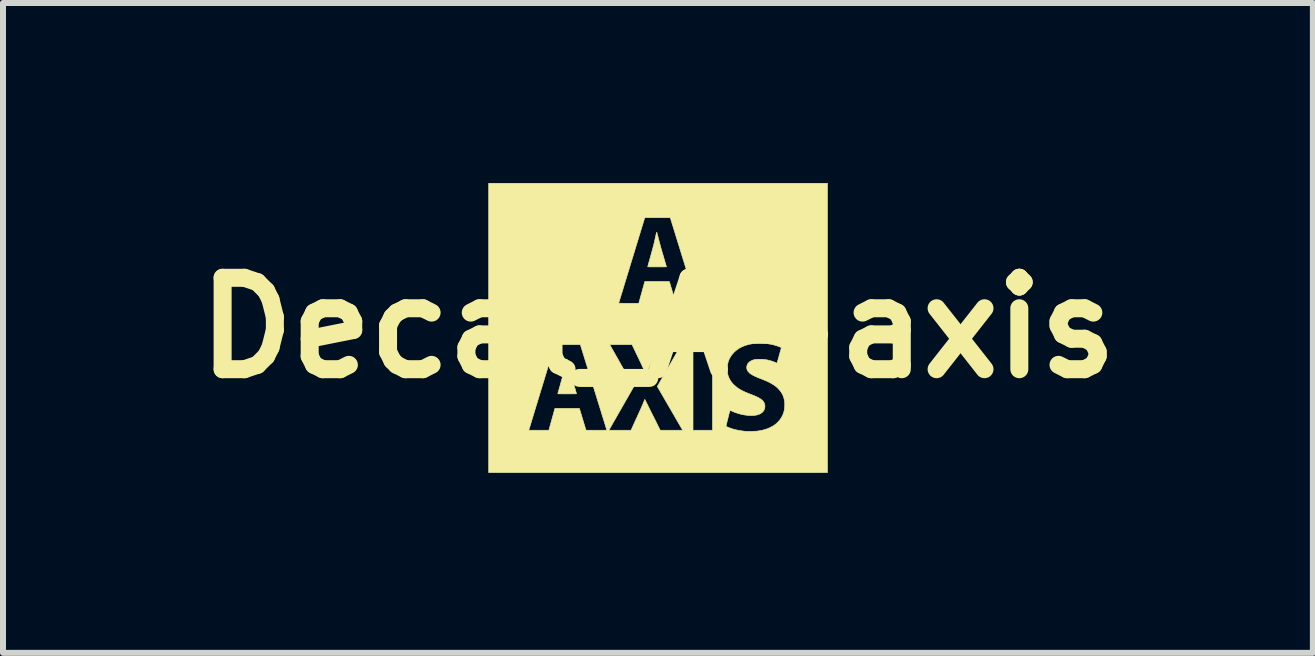
<source format=kicad_pcb>
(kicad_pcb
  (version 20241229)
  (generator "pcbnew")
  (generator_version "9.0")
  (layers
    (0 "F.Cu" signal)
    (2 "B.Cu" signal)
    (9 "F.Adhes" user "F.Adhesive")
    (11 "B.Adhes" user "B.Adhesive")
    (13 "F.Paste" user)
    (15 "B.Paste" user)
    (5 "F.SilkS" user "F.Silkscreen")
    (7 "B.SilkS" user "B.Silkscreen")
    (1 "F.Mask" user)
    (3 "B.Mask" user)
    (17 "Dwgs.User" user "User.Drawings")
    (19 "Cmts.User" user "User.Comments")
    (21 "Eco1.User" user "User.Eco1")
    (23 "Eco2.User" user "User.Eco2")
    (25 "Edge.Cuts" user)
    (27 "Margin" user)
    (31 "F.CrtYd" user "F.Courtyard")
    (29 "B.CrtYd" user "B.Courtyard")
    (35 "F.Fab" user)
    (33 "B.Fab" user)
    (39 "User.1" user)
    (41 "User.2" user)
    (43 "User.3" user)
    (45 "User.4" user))
  (footprint "Decal_A-axis"
    (layer "F.Cu")
    (at 7.918 2.415)
    (property "Reference" "Decal_A-axis" (at 0 0 0) (layer "F.SilkS") (effects (font (size 1.524 1.524) (thickness 0.3))))
    (attr through_hole)
    (fp_poly (pts (xy -1.518 0.525) (xy -1.515 0.532) (xy -1.512 0.544) (xy -1.508 0.558) (xy -1.504 0.576) (xy -1.499 0.593) (xy -1.493 0.618) (xy -1.488 0.641) (xy -1.482 0.662) (xy -1.477 0.684) (xy -1.471 0.705) (xy -1.465 0.727) (xy -1.458 0.75) (xy -1.451 0.775) (xy -1.443 0.803) (xy -1.434 0.834) (xy -1.424 0.869) (xy -1.413 0.909) (xy -1.407 0.929) (xy -1.398 0.959) (xy -1.39 0.987) (xy -1.382 1.013) (xy -1.376 1.036) (xy -1.37 1.057) (xy -1.365 1.074) (xy -1.361 1.087) (xy -1.359 1.095) (xy -1.358 1.099) (xy -1.357 1.099) (xy -1.36 1.099) (xy -1.368 1.1) (xy -1.381 1.1) (xy -1.397 1.1) (xy -1.417 1.1) (xy -1.441 1.1) (xy -1.467 1.101) (xy -1.495 1.101) (xy -1.514 1.101) (xy -1.548 1.101) (xy -1.577 1.101) (xy -1.6 1.101) (xy -1.62 1.1) (xy -1.635 1.1) (xy -1.647 1.1) (xy -1.656 1.1) (xy -1.662 1.099) (xy -1.666 1.099) (xy -1.669 1.098) (xy -1.67 1.097) (xy -1.67 1.096) (xy -1.67 1.096) (xy -1.668 1.09) (xy -1.665 1.079) (xy -1.661 1.064) (xy -1.655 1.045) (xy -1.649 1.023) (xy -1.643 0.999) (xy -1.635 0.974) (xy -1.628 0.947) (xy -1.62 0.919) (xy -1.613 0.892) (xy -1.605 0.865) (xy -1.598 0.84) (xy -1.592 0.816) (xy -1.586 0.795) (xy -1.581 0.777) (xy -1.577 0.763) (xy -1.575 0.753) (xy -1.574 0.749) (xy -1.571 0.74) (xy -1.568 0.725) (xy -1.564 0.707) (xy -1.559 0.687) (xy -1.554 0.664) (xy -1.548 0.64) (xy -1.545 0.627) (xy -1.539 0.6) (xy -1.534 0.578) (xy -1.53 0.561) (xy -1.527 0.548) (xy -1.525 0.538) (xy -1.523 0.531) (xy -1.522 0.526) (xy -1.521 0.524) (xy -1.52 0.523) (xy -1.519 0.522) (xy -1.519 0.522) (xy -1.518 0.525)) (stroke (width 0.01) (type solid)) (fill yes) (layer "F.SilkS"))
    (fp_poly (pts (xy -0.019 -1.592) (xy -0.017 -1.585) (xy -0.014 -1.573) (xy -0.01 -1.558) (xy -0.005 -1.541) (xy -0.001 -1.523) (xy 0.005 -1.499) (xy 0.011 -1.476) (xy 0.017 -1.454) (xy 0.022 -1.433) (xy 0.028 -1.412) (xy 0.034 -1.39) (xy 0.04 -1.367) (xy 0.047 -1.341) (xy 0.055 -1.313) (xy 0.064 -1.282) (xy 0.074 -1.247) (xy 0.086 -1.208) (xy 0.092 -1.188) (xy 0.1 -1.158) (xy 0.109 -1.13) (xy 0.116 -1.104) (xy 0.123 -1.08) (xy 0.129 -1.06) (xy 0.134 -1.043) (xy 0.138 -1.03) (xy 0.14 -1.021) (xy 0.141 -1.018) (xy 0.141 -1.018) (xy 0.138 -1.017) (xy 0.13 -1.017) (xy 0.118 -1.017) (xy 0.101 -1.017) (xy 0.081 -1.016) (xy 0.058 -1.016) (xy 0.032 -1.016) (xy 0.004 -1.016) (xy -0.016 -1.016) (xy -0.049 -1.016) (xy -0.078 -1.016) (xy -0.102 -1.016) (xy -0.121 -1.016) (xy -0.137 -1.016) (xy -0.149 -1.017) (xy -0.157 -1.017) (xy -0.164 -1.018) (xy -0.168 -1.018) (xy -0.17 -1.019) (xy -0.171 -1.02) (xy -0.171 -1.021) (xy -0.171 -1.021) (xy -0.169 -1.027) (xy -0.166 -1.038) (xy -0.162 -1.053) (xy -0.157 -1.072) (xy -0.151 -1.093) (xy -0.144 -1.117) (xy -0.137 -1.143) (xy -0.129 -1.17) (xy -0.122 -1.197) (xy -0.114 -1.225) (xy -0.107 -1.252) (xy -0.1 -1.277) (xy -0.093 -1.301) (xy -0.088 -1.322) (xy -0.083 -1.34) (xy -0.079 -1.354) (xy -0.076 -1.363) (xy -0.075 -1.367) (xy -0.073 -1.377) (xy -0.069 -1.391) (xy -0.065 -1.409) (xy -0.06 -1.43) (xy -0.055 -1.453) (xy -0.05 -1.476) (xy -0.047 -1.49) (xy -0.041 -1.517) (xy -0.036 -1.539) (xy -0.032 -1.556) (xy -0.029 -1.569) (xy -0.026 -1.579) (xy -0.024 -1.586) (xy -0.023 -1.59) (xy -0.022 -1.593) (xy -0.021 -1.594) (xy -0.021 -1.595) (xy -0.02 -1.595) (xy -0.019 -1.592)) (stroke (width 0.01) (type solid)) (fill yes) (layer "F.SilkS"))
    (fp_poly (pts (xy 2.825 2.413) (xy -2.822 2.413) (xy -2.822 1.707) (xy -0.819 1.707) (xy -0.449 1.707) (xy -0.386 1.568) (xy -0.363 1.518) (xy -0.342 1.473) (xy -0.324 1.432) (xy -0.307 1.395) (xy -0.292 1.363) (xy -0.279 1.334) (xy -0.268 1.308) (xy -0.258 1.286) (xy -0.25 1.266) (xy -0.243 1.249) (xy -0.237 1.234) (xy -0.232 1.222) (xy -0.228 1.211) (xy -0.227 1.208) (xy -0.224 1.2) (xy -0.221 1.195) (xy -0.219 1.194) (xy -0.217 1.196) (xy -0.213 1.203) (xy -0.208 1.212) (xy -0.203 1.224) (xy -0.2 1.231) (xy -0.194 1.243) (xy -0.186 1.259) (xy -0.176 1.278) (xy -0.165 1.301) (xy -0.152 1.327) (xy -0.138 1.356) (xy -0.123 1.386) (xy -0.107 1.419) (xy -0.09 1.452) (xy -0.075 1.481) (xy 0.038 1.707) (xy 0.225 1.707) (xy 0.413 1.707) (xy 0.407 1.698) (xy 0.405 1.695) (xy 0.4 1.687) (xy 0.393 1.674) (xy 0.383 1.658) (xy 0.372 1.638) (xy 0.358 1.614) (xy 0.342 1.587) (xy 0.325 1.557) (xy 0.306 1.525) (xy 0.286 1.49) (xy 0.265 1.453) (xy 0.242 1.414) (xy 0.219 1.374) (xy 0.195 1.333) (xy -0.011 0.977) (xy 0.189 0.629) (xy 0.213 0.588) (xy 0.235 0.549) (xy 0.257 0.511) (xy 0.278 0.475) (xy 0.297 0.441) (xy 0.315 0.41) (xy 0.332 0.381) (xy 0.347 0.356) (xy 0.359 0.333) (xy 0.37 0.315) (xy 0.379 0.3) (xy 0.385 0.289) (xy 0.388 0.282) (xy 0.389 0.281) (xy 0.387 0.28) (xy 0.379 0.28) (xy 0.366 0.28) (xy 0.349 0.28) (xy 0.329 0.28) (xy 0.305 0.28) (xy 0.278 0.28) (xy 0.249 0.279) (xy 0.218 0.279) (xy 0.205 0.279) (xy 0.584 0.279) (xy 0.584 1.707) (xy 0.909 1.707) (xy 0.909 1.637) (xy 1.135 1.637) (xy 1.137 1.641) (xy 1.144 1.646) (xy 1.156 1.652) (xy 1.171 1.658) (xy 1.188 1.665) (xy 1.208 1.673) (xy 1.229 1.68) (xy 1.251 1.687) (xy 1.273 1.693) (xy 1.311 1.702) (xy 1.352 1.71) (xy 1.395 1.717) (xy 1.438 1.723) (xy 1.465 1.725) (xy 1.477 1.726) (xy 1.493 1.726) (xy 1.513 1.726) (xy 1.535 1.726) (xy 1.558 1.726) (xy 1.582 1.725) (xy 1.605 1.724) (xy 1.626 1.723) (xy 1.645 1.722) (xy 1.659 1.721) (xy 1.664 1.72) (xy 1.724 1.71) (xy 1.781 1.696) (xy 1.833 1.678) (xy 1.881 1.656) (xy 1.925 1.632) (xy 1.965 1.603) (xy 2 1.571) (xy 2.031 1.535) (xy 2.057 1.497) (xy 2.073 1.468) (xy 2.089 1.432) (xy 2.1 1.396) (xy 2.108 1.358) (xy 2.112 1.317) (xy 2.113 1.301) (xy 2.113 1.253) (xy 2.108 1.208) (xy 2.098 1.167) (xy 2.084 1.127) (xy 2.065 1.09) (xy 2.041 1.055) (xy 2.012 1.021) (xy 2.009 1.018) (xy 1.985 0.994) (xy 1.958 0.971) (xy 1.928 0.95) (xy 1.895 0.93) (xy 1.859 0.91) (xy 1.818 0.89) (xy 1.772 0.871) (xy 1.733 0.855) (xy 1.694 0.84) (xy 1.659 0.826) (xy 1.629 0.813) (xy 1.604 0.801) (xy 1.582 0.79) (xy 1.563 0.779) (xy 1.546 0.768) (xy 1.532 0.758) (xy 1.52 0.747) (xy 1.518 0.745) (xy 1.501 0.725) (xy 1.488 0.704) (xy 1.481 0.683) (xy 1.479 0.66) (xy 1.48 0.649) (xy 1.485 0.624) (xy 1.495 0.601) (xy 1.511 0.581) (xy 1.531 0.563) (xy 1.555 0.549) (xy 1.585 0.536) (xy 1.613 0.529) (xy 1.625 0.526) (xy 1.642 0.525) (xy 1.663 0.524) (xy 1.685 0.524) (xy 1.709 0.524) (xy 1.732 0.524) (xy 1.754 0.526) (xy 1.774 0.527) (xy 1.784 0.529) (xy 1.822 0.535) (xy 1.86 0.544) (xy 1.898 0.555) (xy 1.934 0.568) (xy 1.964 0.58) (xy 1.973 0.584) (xy 1.981 0.587) (xy 1.985 0.588) (xy 1.985 0.588) (xy 1.986 0.584) (xy 1.988 0.577) (xy 1.992 0.564) (xy 1.996 0.548) (xy 2.002 0.529) (xy 2.008 0.507) (xy 2.015 0.483) (xy 2.02 0.461) (xy 2.028 0.436) (xy 2.034 0.412) (xy 2.04 0.39) (xy 2.046 0.371) (xy 2.05 0.355) (xy 2.053 0.343) (xy 2.055 0.335) (xy 2.056 0.333) (xy 2.056 0.33) (xy 2.053 0.327) (xy 2.046 0.324) (xy 2.035 0.319) (xy 2.029 0.317) (xy 1.98 0.299) (xy 1.932 0.285) (xy 1.885 0.274) (xy 1.835 0.266) (xy 1.784 0.261) (xy 1.728 0.258) (xy 1.723 0.258) (xy 1.677 0.257) (xy 1.636 0.259) (xy 1.598 0.262) (xy 1.562 0.267) (xy 1.526 0.274) (xy 1.507 0.278) (xy 1.454 0.294) (xy 1.406 0.313) (xy 1.362 0.335) (xy 1.321 0.362) (xy 1.284 0.392) (xy 1.274 0.401) (xy 1.241 0.437) (xy 1.214 0.474) (xy 1.191 0.513) (xy 1.174 0.555) (xy 1.162 0.598) (xy 1.155 0.644) (xy 1.153 0.684) (xy 1.154 0.71) (xy 1.155 0.732) (xy 1.158 0.753) (xy 1.163 0.773) (xy 1.169 0.795) (xy 1.17 0.799) (xy 1.184 0.836) (xy 1.202 0.87) (xy 1.224 0.903) (xy 1.251 0.935) (xy 1.26 0.944) (xy 1.285 0.967) (xy 1.311 0.989) (xy 1.339 1.009) (xy 1.37 1.029) (xy 1.404 1.047) (xy 1.442 1.066) (xy 1.485 1.084) (xy 1.532 1.103) (xy 1.559 1.113) (xy 1.601 1.13) (xy 1.638 1.146) (xy 1.671 1.162) (xy 1.7 1.179) (xy 1.724 1.195) (xy 1.743 1.211) (xy 1.753 1.223) (xy 1.768 1.246) (xy 1.778 1.271) (xy 1.783 1.297) (xy 1.782 1.324) (xy 1.776 1.351) (xy 1.768 1.371) (xy 1.754 1.392) (xy 1.736 1.411) (xy 1.713 1.427) (xy 1.686 1.441) (xy 1.654 1.451) (xy 1.619 1.458) (xy 1.581 1.461) (xy 1.556 1.462) (xy 1.504 1.46) (xy 1.449 1.453) (xy 1.394 1.443) (xy 1.339 1.428) (xy 1.285 1.41) (xy 1.238 1.391) (xy 1.225 1.385) (xy 1.214 1.381) (xy 1.206 1.378) (xy 1.203 1.376) (xy 1.201 1.378) (xy 1.199 1.382) (xy 1.197 1.39) (xy 1.193 1.402) (xy 1.189 1.418) (xy 1.183 1.439) (xy 1.177 1.464) (xy 1.169 1.494) (xy 1.167 1.504) (xy 1.16 1.53) (xy 1.154 1.555) (xy 1.149 1.577) (xy 1.144 1.597) (xy 1.14 1.613) (xy 1.137 1.626) (xy 1.135 1.634) (xy 1.135 1.637) (xy 0.909 1.637) (xy 0.909 0.279) (xy 0.584 0.279) (xy 0.205 0.279) (xy 0.021 0.279) (xy -0.021 0.37) (xy -0.032 0.395) (xy -0.044 0.42) (xy -0.056 0.445) (xy -0.067 0.47) (xy -0.077 0.491) (xy -0.085 0.51) (xy -0.088 0.516) (xy -0.099 0.54) (xy -0.111 0.566) (xy -0.123 0.595) (xy -0.136 0.625) (xy -0.148 0.654) (xy -0.16 0.683) (xy -0.17 0.709) (xy -0.179 0.732) (xy -0.184 0.743) (xy -0.189 0.755) (xy -0.193 0.766) (xy -0.196 0.773) (xy -0.198 0.775) (xy -0.198 0.775) (xy -0.2 0.773) (xy -0.204 0.766) (xy -0.209 0.755) (xy -0.215 0.741) (xy -0.222 0.725) (xy -0.225 0.72) (xy -0.231 0.704) (xy -0.238 0.69) (xy -0.244 0.675) (xy -0.251 0.661) (xy -0.258 0.645) (xy -0.266 0.629) (xy -0.274 0.61) (xy -0.284 0.589) (xy -0.295 0.566) (xy -0.308 0.54) (xy -0.322 0.51) (xy -0.338 0.476) (xy -0.357 0.437) (xy -0.361 0.428) (xy -0.433 0.279) (xy -0.805 0.279) (xy -0.799 0.289) (xy -0.797 0.292) (xy -0.793 0.3) (xy -0.786 0.313) (xy -0.776 0.329) (xy -0.765 0.35) (xy -0.751 0.373) (xy -0.736 0.4) (xy -0.719 0.43) (xy -0.701 0.463) (xy -0.681 0.497) (xy -0.66 0.534) (xy -0.639 0.573) (xy -0.616 0.613) (xy -0.6 0.641) (xy -0.406 0.985) (xy -0.609 1.34) (xy -0.633 1.381) (xy -0.656 1.421) (xy -0.678 1.46) (xy -0.699 1.497) (xy -0.718 1.531) (xy -0.737 1.563) (xy -0.754 1.593) (xy -0.769 1.62) (xy -0.782 1.643) (xy -0.793 1.663) (xy -0.803 1.679) (xy -0.809 1.691) (xy -0.814 1.698) (xy -0.815 1.701) (xy -0.819 1.707) (xy -2.822 1.707) (xy -2.822 1.706) (xy -2.153 1.706) (xy -2.151 1.706) (xy -2.143 1.706) (xy -2.13 1.707) (xy -2.113 1.707) (xy -2.093 1.707) (xy -2.069 1.707) (xy -2.043 1.707) (xy -2.015 1.707) (xy -1.986 1.707) (xy -1.819 1.707) (xy -1.78 1.566) (xy -1.772 1.537) (xy -1.764 1.508) (xy -1.756 1.481) (xy -1.749 1.455) (xy -1.743 1.432) (xy -1.737 1.412) (xy -1.733 1.396) (xy -1.729 1.385) (xy -1.729 1.384) (xy -1.718 1.343) (xy -1.31 1.343) (xy -1.304 1.362) (xy -1.302 1.369) (xy -1.299 1.38) (xy -1.294 1.395) (xy -1.288 1.414) (xy -1.282 1.436) (xy -1.274 1.461) (xy -1.266 1.489) (xy -1.257 1.517) (xy -1.249 1.544) (xy -1.2 1.706) (xy -1.026 1.707) (xy -0.989 1.707) (xy -0.958 1.707) (xy -0.931 1.707) (xy -0.909 1.707) (xy -0.891 1.707) (xy -0.877 1.706) (xy -0.867 1.706) (xy -0.859 1.706) (xy -0.855 1.705) (xy -0.853 1.704) (xy -0.853 1.704) (xy -0.854 1.701) (xy -0.856 1.693) (xy -0.86 1.68) (xy -0.866 1.662) (xy -0.873 1.64) (xy -0.881 1.613) (xy -0.891 1.582) (xy -0.901 1.548) (xy -0.913 1.51) (xy -0.926 1.469) (xy -0.94 1.424) (xy -0.954 1.376) (xy -0.97 1.326) (xy -0.986 1.274) (xy -1.003 1.219) (xy -1.021 1.162) (xy -1.039 1.103) (xy -1.058 1.042) (xy -1.074 0.99) (xy -1.294 0.279) (xy -1.506 0.279) (xy -1.718 0.279) (xy -1.723 0.293) (xy -1.724 0.298) (xy -1.727 0.308) (xy -1.732 0.322) (xy -1.738 0.341) (xy -1.745 0.365) (xy -1.753 0.392) (xy -1.763 0.423) (xy -1.773 0.457) (xy -1.784 0.495) (xy -1.797 0.535) (xy -1.81 0.578) (xy -1.824 0.623) (xy -1.838 0.67) (xy -1.853 0.719) (xy -1.868 0.769) (xy -1.884 0.82) (xy -1.9 0.873) (xy -1.916 0.926) (xy -1.932 0.979) (xy -1.949 1.033) (xy -1.965 1.086) (xy -1.981 1.139) (xy -1.997 1.191) (xy -2.012 1.242) (xy -2.028 1.292) (xy -2.042 1.341) (xy -2.057 1.387) (xy -2.07 1.432) (xy -2.083 1.474) (xy -2.095 1.513) (xy -2.106 1.55) (xy -2.116 1.583) (xy -2.125 1.613) (xy -2.133 1.64) (xy -2.14 1.662) (xy -2.146 1.68) (xy -2.15 1.693) (xy -2.152 1.702) (xy -2.153 1.705) (xy -2.153 1.706) (xy -2.822 1.706) (xy -2.822 -0.411) (xy -0.655 -0.411) (xy -0.652 -0.411) (xy -0.644 -0.41) (xy -0.632 -0.41) (xy -0.615 -0.41) (xy -0.594 -0.41) (xy -0.571 -0.409) (xy -0.545 -0.409) (xy -0.516 -0.409) (xy -0.488 -0.409) (xy -0.32 -0.409) (xy -0.281 -0.551) (xy -0.273 -0.58) (xy -0.265 -0.608) (xy -0.258 -0.636) (xy -0.25 -0.662) (xy -0.244 -0.685) (xy -0.238 -0.705) (xy -0.234 -0.721) (xy -0.231 -0.732) (xy -0.231 -0.733) (xy -0.219 -0.773) (xy 0.189 -0.773) (xy 0.195 -0.754) (xy 0.197 -0.748) (xy 0.2 -0.737) (xy 0.205 -0.722) (xy 0.21 -0.703) (xy 0.217 -0.68) (xy 0.225 -0.655) (xy 0.233 -0.628) (xy 0.241 -0.599) (xy 0.249 -0.573) (xy 0.298 -0.411) (xy 0.473 -0.41) (xy 0.509 -0.41) (xy 0.541 -0.41) (xy 0.568 -0.41) (xy 0.59 -0.41) (xy 0.608 -0.41) (xy 0.622 -0.41) (xy 0.632 -0.411) (xy 0.639 -0.411) (xy 0.644 -0.412) (xy 0.646 -0.412) (xy 0.646 -0.413) (xy 0.645 -0.416) (xy 0.642 -0.424) (xy 0.638 -0.437) (xy 0.633 -0.455) (xy 0.626 -0.477) (xy 0.617 -0.504) (xy 0.608 -0.534) (xy 0.597 -0.569) (xy 0.585 -0.607) (xy 0.573 -0.648) (xy 0.559 -0.693) (xy 0.544 -0.74) (xy 0.529 -0.79) (xy 0.512 -0.843) (xy 0.495 -0.898) (xy 0.478 -0.955) (xy 0.459 -1.014) (xy 0.441 -1.074) (xy 0.424 -1.127) (xy 0.205 -1.837) (xy -0.008 -1.837) (xy -0.22 -1.837) (xy -0.224 -1.824) (xy -0.226 -1.819) (xy -0.229 -1.809) (xy -0.233 -1.794) (xy -0.239 -1.775) (xy -0.246 -1.752) (xy -0.254 -1.725) (xy -0.264 -1.694) (xy -0.274 -1.659) (xy -0.286 -1.622) (xy -0.298 -1.582) (xy -0.311 -1.539) (xy -0.325 -1.494) (xy -0.339 -1.447) (xy -0.354 -1.398) (xy -0.37 -1.348) (xy -0.385 -1.296) (xy -0.401 -1.244) (xy -0.417 -1.191) (xy -0.434 -1.137) (xy -0.45 -1.084) (xy -0.466 -1.031) (xy -0.482 -0.978) (xy -0.498 -0.926) (xy -0.514 -0.874) (xy -0.529 -0.824) (xy -0.544 -0.776) (xy -0.558 -0.73) (xy -0.572 -0.685) (xy -0.584 -0.643) (xy -0.596 -0.603) (xy -0.608 -0.567) (xy -0.618 -0.533) (xy -0.627 -0.503) (xy -0.635 -0.477) (xy -0.642 -0.455) (xy -0.647 -0.437) (xy -0.651 -0.423) (xy -0.654 -0.415) (xy -0.655 -0.411) (xy -0.655 -0.411) (xy -2.822 -0.411) (xy -2.822 -2.41) (xy 2.825 -2.41) (xy 2.825 2.413)) (stroke (width 0.01) (type solid)) (fill yes) (layer "F.SilkS")))
  (gr_rect
    (start -3 -3)
    (end 18.835 7.833)
    (stroke (width 0.1) (type default))
    (fill no)
    (layer "Edge.Cuts")))
</source>
